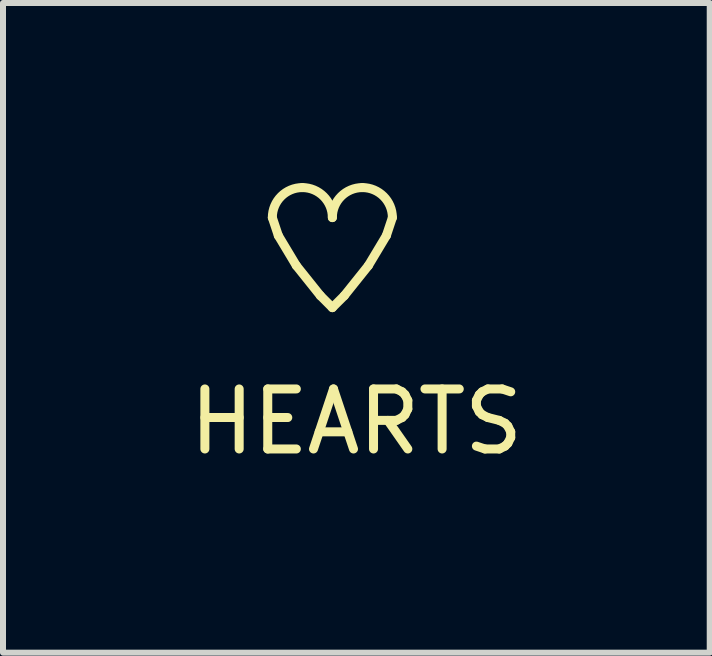
<source format=kicad_pcb>
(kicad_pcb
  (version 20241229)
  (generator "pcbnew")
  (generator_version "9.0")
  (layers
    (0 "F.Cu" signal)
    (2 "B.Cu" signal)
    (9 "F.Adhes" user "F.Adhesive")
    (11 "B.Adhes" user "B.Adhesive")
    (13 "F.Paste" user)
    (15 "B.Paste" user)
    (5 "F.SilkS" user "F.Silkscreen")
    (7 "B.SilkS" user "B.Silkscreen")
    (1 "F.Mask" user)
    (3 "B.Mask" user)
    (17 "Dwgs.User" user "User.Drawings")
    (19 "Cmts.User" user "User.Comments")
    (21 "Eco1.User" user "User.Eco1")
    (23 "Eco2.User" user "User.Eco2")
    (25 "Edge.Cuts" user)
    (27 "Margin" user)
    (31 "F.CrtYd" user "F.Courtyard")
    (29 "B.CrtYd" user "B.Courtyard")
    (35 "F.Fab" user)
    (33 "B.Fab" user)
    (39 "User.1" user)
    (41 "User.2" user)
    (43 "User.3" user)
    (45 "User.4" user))
  (footprint "HEARTS"
    (layer "F.Cu")
    (at 2.887 3.475)
    (property "Reference" "HEARTS" (at 0 0.5 0) (layer "F.SilkS") (effects (font (size 1 1) (thickness 0.15))))
    (attr through_hole)
    (fp_line (start -1.4 -2.9) (end -1.3 -2.6) (stroke (width 0.15) (type solid)) (layer "F.SilkS"))
    (fp_line (start -1.3 -2.6) (end -1 -2.1) (stroke (width 0.15) (type solid)) (layer "F.SilkS"))
    (fp_line (start -1 -2.1) (end -0.6 -1.6) (stroke (width 0.15) (type solid)) (layer "F.SilkS"))
    (fp_line (start -0.6 -1.6) (end -0.4 -1.4) (stroke (width 0.15) (type solid)) (layer "F.SilkS"))
    (fp_line (start -0.4 -1.4) (end -0.2 -1.6) (stroke (width 0.15) (type solid)) (layer "F.SilkS"))
    (fp_line (start -0.2 -1.6) (end 0.2 -2.1) (stroke (width 0.15) (type solid)) (layer "F.SilkS"))
    (fp_line (start 0.2 -2.1) (end 0.5 -2.6) (stroke (width 0.15) (type solid)) (layer "F.SilkS"))
    (fp_line (start 0.5 -2.6) (end 0.6 -2.9) (stroke (width 0.15) (type solid)) (layer "F.SilkS"))
    (fp_arc (start -1.4 -2.9) (mid -1.253553 -3.253553) (end -0.9 -3.4) (stroke (width 0.15) (type solid)) (layer "F.SilkS"))
    (fp_arc (start -0.9 -3.4) (mid -0.546447 -3.253553) (end -0.4 -2.9) (stroke (width 0.15) (type solid)) (layer "F.SilkS"))
    (fp_arc (start -0.4 -2.9) (mid -0.253553 -3.253553) (end 0.1 -3.4) (stroke (width 0.15) (type solid)) (layer "F.SilkS"))
    (fp_arc (start 0.1 -3.4) (mid 0.453553 -3.253553) (end 0.6 -2.9) (stroke (width 0.15) (type solid)) (layer "F.SilkS")))
  (gr_rect
    (start -3 -3)
    (end 8.774 7.823)
    (stroke (width 0.1) (type default))
    (fill no)
    (layer "Edge.Cuts")))
</source>
